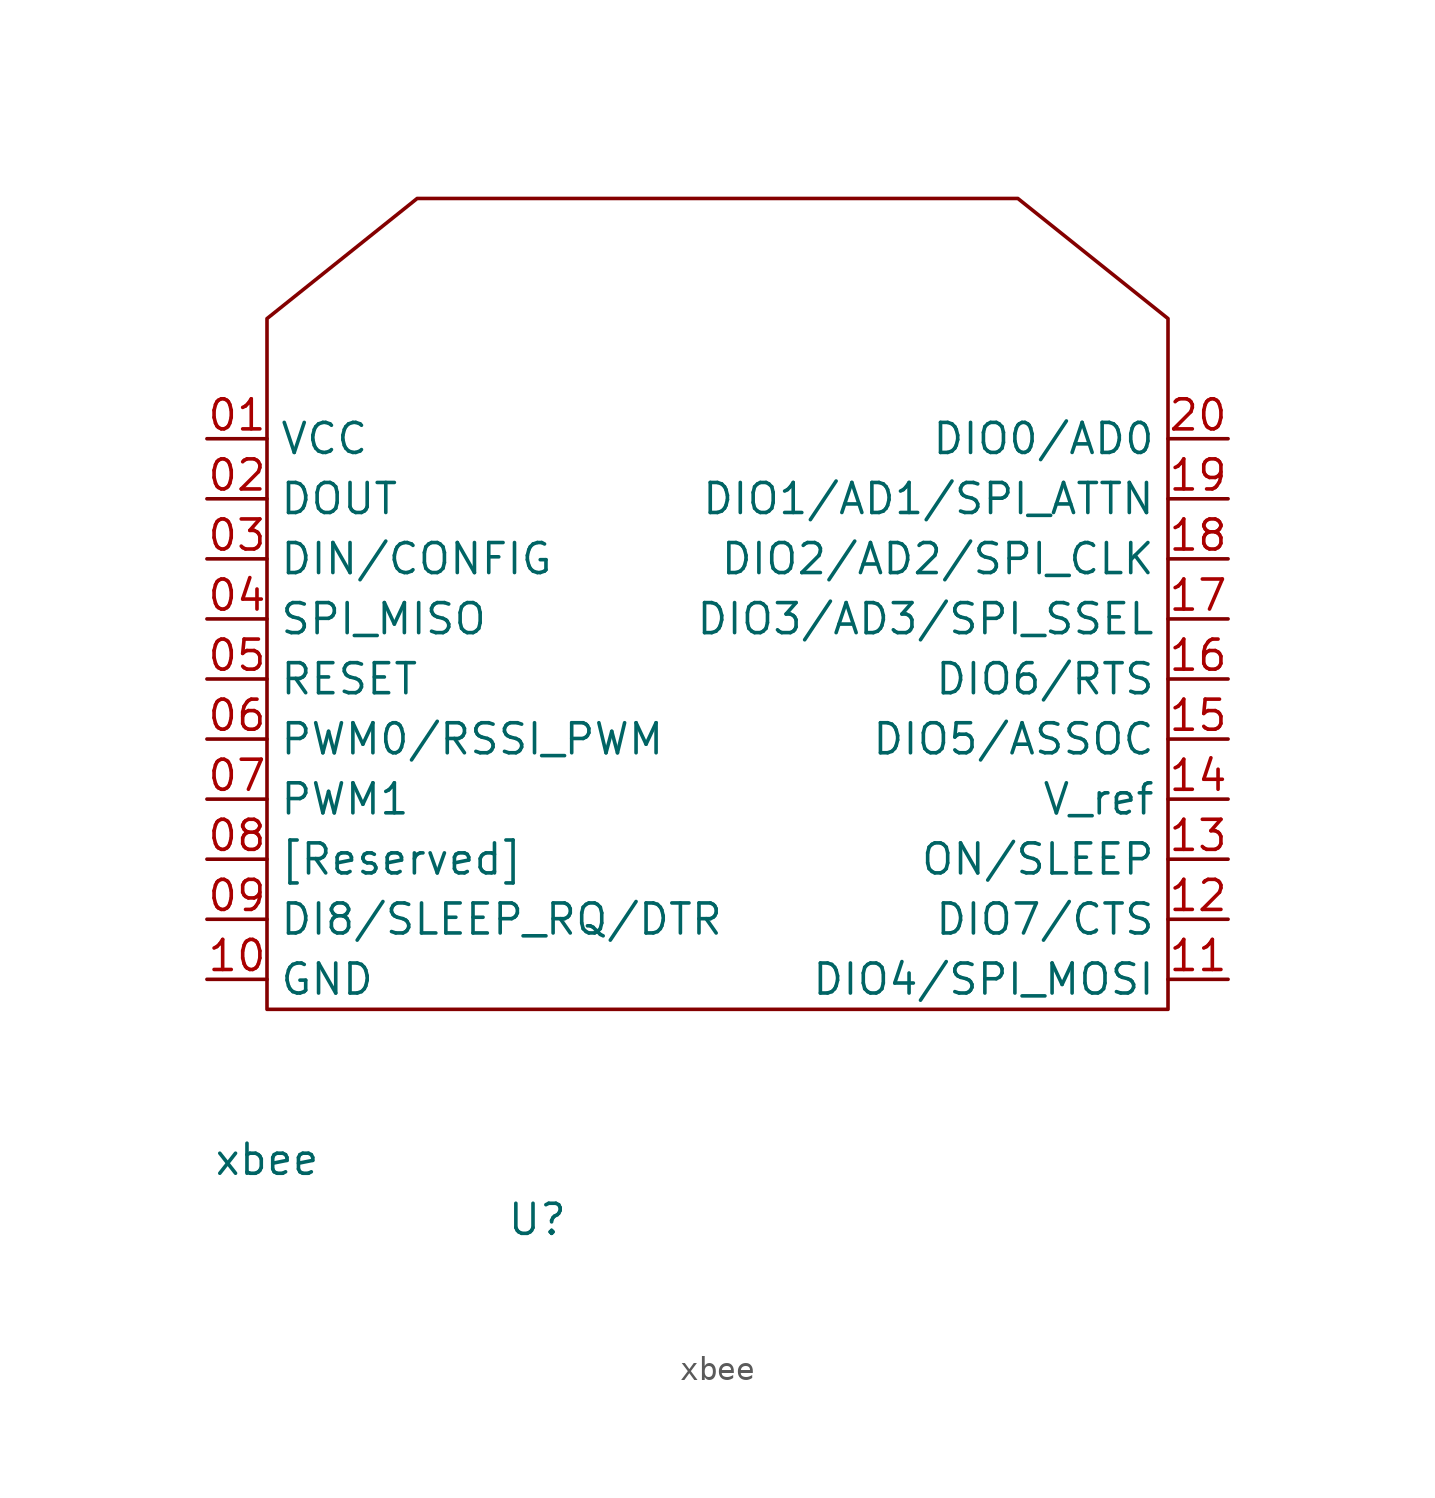
<source format=kicad_sym>
(kicad_symbol_lib
  (version 20211014)
  (generator kicad_symbol_editor)
  (symbol "xbee"
    (property "Reference" "U"
      (at 25.4 -5.08 0)
      (effects (font (size 1.27 1.27))))
    (property "Value" "xbee"
      (at 13.97 -2.54 0)
      (effects (font (size 1.27 1.27))))
    (symbol "xbee_0_1"
      (polyline (pts (xy 52.07 3.81) (xy 13.97 3.81) (xy 13.97 33.02) (xy 20.32 38.1) (xy 45.72 38.1) (xy 52.07 33.02) (xy 52.07 3.81)) (stroke (width 0) (type default) (color 0 0 0 0)) (fill (type none))))
    (symbol "xbee_1_1"
      (pin input line (at 11.43 27.94 0) (length 2.54) (name "VCC" (effects (font (size 1.27 1.27)))) (number "01" (effects (font (size 1.27 1.27)))))
      (pin input line (at 11.43 25.4 0) (length 2.54) (name "DOUT" (effects (font (size 1.27 1.27)))) (number "02" (effects (font (size 1.27 1.27)))))
      (pin input line (at 11.43 22.86 0) (length 2.54) (name "DIN/CONFIG" (effects (font (size 1.27 1.27)))) (number "03" (effects (font (size 1.27 1.27)))))
      (pin input line (at 11.43 20.32 0) (length 2.54) (name "SPI_MISO" (effects (font (size 1.27 1.27)))) (number "04" (effects (font (size 1.27 1.27)))))
      (pin input line (at 11.43 17.78 0) (length 2.54) (name "RESET" (effects (font (size 1.27 1.27)))) (number "05" (effects (font (size 1.27 1.27)))))
      (pin input line (at 11.43 15.24 0) (length 2.54) (name "PWM0/RSSI_PWM" (effects (font (size 1.27 1.27)))) (number "06" (effects (font (size 1.27 1.27)))))
      (pin input line (at 11.43 12.7 0) (length 2.54) (name "PWM1" (effects (font (size 1.27 1.27)))) (number "07" (effects (font (size 1.27 1.27)))))
      (pin input line (at 11.43 10.16 0) (length 2.54) (name "[Reserved]" (effects (font (size 1.27 1.27)))) (number "08" (effects (font (size 1.27 1.27)))))
      (pin input line (at 11.43 7.62 0) (length 2.54) (name "DI8/SLEEP_RQ/DTR" (effects (font (size 1.27 1.27)))) (number "09" (effects (font (size 1.27 1.27)))))
      (pin input line (at 11.43 5.08 0) (length 2.54) (name "GND" (effects (font (size 1.27 1.27)))) (number "10" (effects (font (size 1.27 1.27)))))
      (pin input line (at 54.61 5.08 180) (length 2.54) (name "DIO4/SPI_MOSI" (effects (font (size 1.27 1.27)))) (number "11" (effects (font (size 1.27 1.27)))))
      (pin input line (at 54.61 7.62 180) (length 2.54) (name "DIO7/CTS" (effects (font (size 1.27 1.27)))) (number "12" (effects (font (size 1.27 1.27)))))
      (pin input line (at 54.61 10.16 180) (length 2.54) (name "ON/SLEEP" (effects (font (size 1.27 1.27)))) (number "13" (effects (font (size 1.27 1.27)))))
      (pin input line (at 54.61 12.7 180) (length 2.54) (name "V_ref" (effects (font (size 1.27 1.27)))) (number "14" (effects (font (size 1.27 1.27)))))
      (pin input line (at 54.61 15.24 180) (length 2.54) (name "DIO5/ASSOC" (effects (font (size 1.27 1.27)))) (number "15" (effects (font (size 1.27 1.27)))))
      (pin input line (at 54.61 17.78 180) (length 2.54) (name "DIO6/RTS" (effects (font (size 1.27 1.27)))) (number "16" (effects (font (size 1.27 1.27)))))
      (pin input line (at 54.61 20.32 180) (length 2.54) (name "DIO3/AD3/SPI_SSEL" (effects (font (size 1.27 1.27)))) (number "17" (effects (font (size 1.27 1.27)))))
      (pin input line (at 54.61 22.86 180) (length 2.54) (name "DIO2/AD2/SPI_CLK" (effects (font (size 1.27 1.27)))) (number "18" (effects (font (size 1.27 1.27)))))
      (pin input line (at 54.61 25.4 180) (length 2.54) (name "DIO1/AD1/SPI_ATTN" (effects (font (size 1.27 1.27)))) (number "19" (effects (font (size 1.27 1.27)))))
      (pin input line (at 54.61 27.94 180) (length 2.54) (name "DIO0/AD0" (effects (font (size 1.27 1.27)))) (number "20" (effects (font (size 1.27 1.27))))))))
</source>
